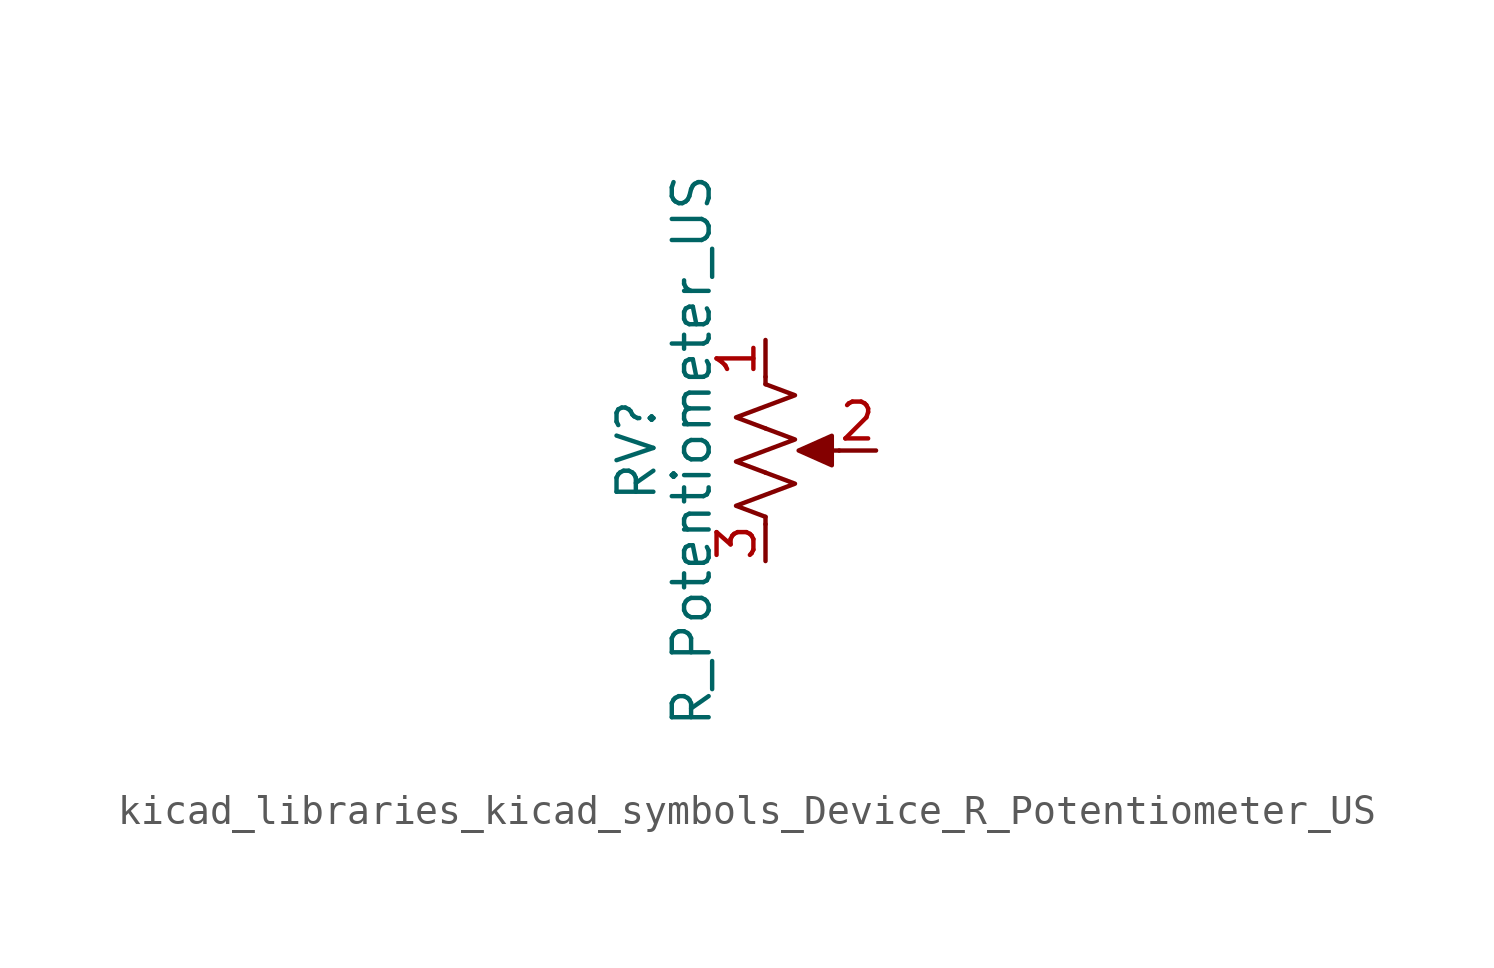
<source format=kicad_sym>
(kicad_symbol_lib
  (version 20220914)
  (generator kicad_symbol_editor)
  (symbol "kicad_libraries_kicad_symbols_Device_R_Potentiometer_US"
    (pin_names
      (offset 1.016) hide)
    (property "Reference" "RV"
      (at -4.445 0 90)
      (effects (font (size 1.27 1.27))))
    (property "Value" "R_Potentiometer_US"
      (at -2.54 0 90)
      (effects (font (size 1.27 1.27))))
    (symbol "kicad_libraries_kicad_symbols_Device_R_Potentiometer_US_0_1"
      (polyline (pts (xy 0 -2.286) (xy 0 -2.54)) (stroke (width 0) (type default)) (fill (type none)))
      (polyline (pts (xy 0 2.54) (xy 0 2.286)) (stroke (width 0) (type default)) (fill (type none)))
      (polyline (pts (xy 2.54 0) (xy 1.524 0)) (stroke (width 0) (type default)) (fill (type none)))
      (polyline (pts (xy 1.143 0) (xy 2.286 0.508) (xy 2.286 -0.508) (xy 1.143 0)) (stroke (width 0) (type default)) (fill (type outline)))
      (polyline (pts (xy 0 -0.762) (xy 1.016 -1.143) (xy 0 -1.524) (xy -1.016 -1.905) (xy 0 -2.286)) (stroke (width 0) (type default)) (fill (type none)))
      (polyline (pts (xy 0 0.762) (xy 1.016 0.381) (xy 0 0) (xy -1.016 -0.381) (xy 0 -0.762)) (stroke (width 0) (type default)) (fill (type none)))
      (polyline (pts (xy 0 2.286) (xy 1.016 1.905) (xy 0 1.524) (xy -1.016 1.143) (xy 0 0.762)) (stroke (width 0) (type default)) (fill (type none))))
    (symbol "kicad_libraries_kicad_symbols_Device_R_Potentiometer_US_1_1"
      (pin passive line (at 0 3.81 270) (length 1.27) (name "1" (effects (font (size 1.27 1.27)))) (number "1" (effects (font (size 1.27 1.27)))))
      (pin passive line (at 3.81 0 180) (length 1.27) (name "2" (effects (font (size 1.27 1.27)))) (number "2" (effects (font (size 1.27 1.27)))))
      (pin passive line (at 0 -3.81 90) (length 1.27) (name "3" (effects (font (size 1.27 1.27)))) (number "3" (effects (font (size 1.27 1.27))))))))
</source>
